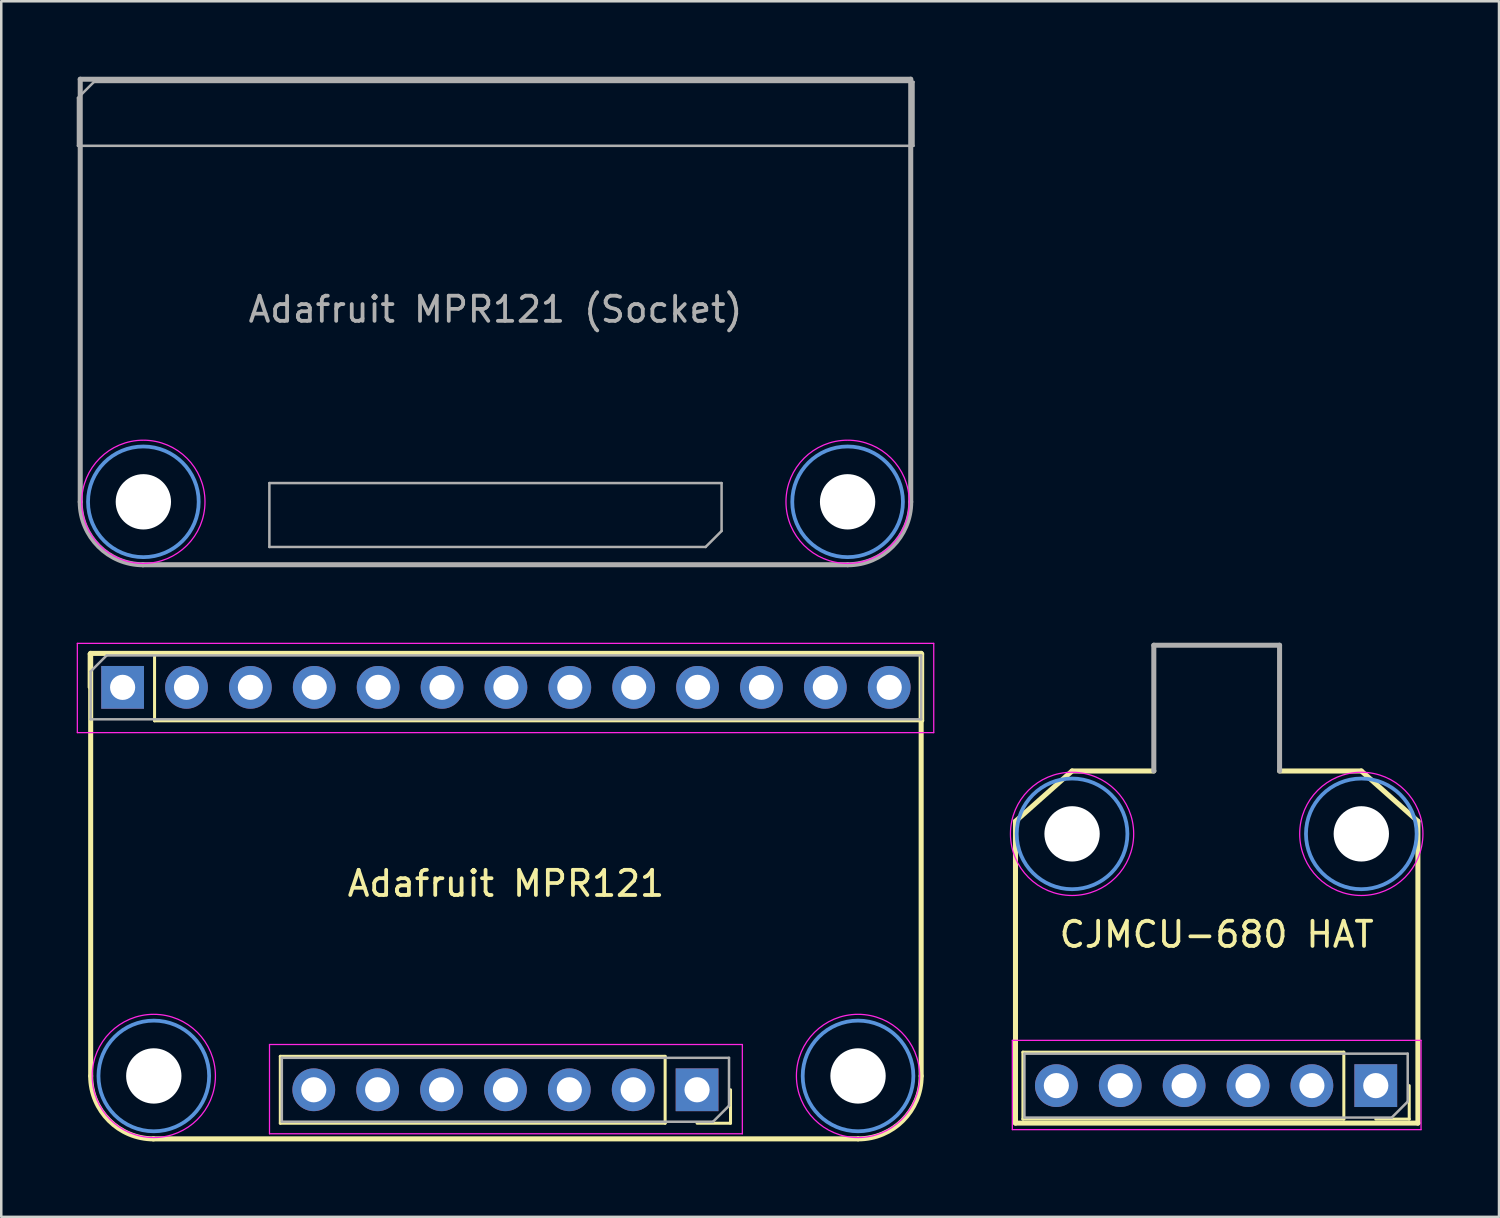
<source format=kicad_pcb>
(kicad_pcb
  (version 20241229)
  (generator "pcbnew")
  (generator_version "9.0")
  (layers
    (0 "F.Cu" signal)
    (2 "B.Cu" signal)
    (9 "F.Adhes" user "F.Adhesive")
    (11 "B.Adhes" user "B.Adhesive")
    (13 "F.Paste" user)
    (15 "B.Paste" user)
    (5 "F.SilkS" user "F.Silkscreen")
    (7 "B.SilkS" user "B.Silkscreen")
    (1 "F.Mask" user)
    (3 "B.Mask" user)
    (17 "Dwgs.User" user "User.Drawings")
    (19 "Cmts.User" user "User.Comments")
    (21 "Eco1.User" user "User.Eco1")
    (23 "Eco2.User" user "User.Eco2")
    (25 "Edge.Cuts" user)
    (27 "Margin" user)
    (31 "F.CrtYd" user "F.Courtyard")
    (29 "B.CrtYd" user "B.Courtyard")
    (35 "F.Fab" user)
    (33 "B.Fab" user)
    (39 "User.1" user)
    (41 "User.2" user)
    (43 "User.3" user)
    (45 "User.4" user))
  (footprint "Adafruit MPR121 (Socket)"
    (layer "F.Cu")
    (at 16.65 9.752)
    (property "Reference" "Adafruit MPR121 (Socket)" (at 0 -0.5 0) (unlocked yes) (layer "F.Fab") (effects (font (size 1 1) (thickness 0.15))))
    (attr smd)
    (fp_circle (center -14 7.15) (end -11.8 7.15) (stroke (width 0.15) (type solid)) (fill no) (layer "Cmts.User"))
    (fp_circle (center 14 7.15) (end 16.2 7.15) (stroke (width 0.15) (type solid)) (fill no) (layer "Cmts.User"))
    (fp_circle (center -14 7.15) (end -11.55 7.15) (stroke (width 0.05) (type solid)) (fill no) (layer "F.CrtYd"))
    (fp_circle (center 14 7.15) (end 16.45 7.15) (stroke (width 0.05) (type solid)) (fill no) (layer "F.CrtYd"))
    (fp_line (start -16.6 -8.91) (end -15.965 -9.545) (stroke (width 0.1) (type solid)) (layer "F.Fab"))
    (fp_line (start -16.6 -7.005) (end -16.6 -8.91) (stroke (width 0.1) (type solid)) (layer "F.Fab"))
    (fp_line (start -16.51 7.152) (end -16.51 -9.652) (stroke (width 0.2) (type solid)) (layer "F.Fab"))
    (fp_line (start -15.965 -9.545) (end 16.62 -9.545) (stroke (width 0.1) (type solid)) (layer "F.Fab"))
    (fp_line (start -8.99 6.405) (end 8.99 6.405) (stroke (width 0.1) (type solid)) (layer "F.Fab"))
    (fp_line (start -8.99 8.945) (end -8.99 6.405) (stroke (width 0.1) (type solid)) (layer "F.Fab"))
    (fp_line (start 8.355 8.945) (end -8.99 8.945) (stroke (width 0.1) (type solid)) (layer "F.Fab"))
    (fp_line (start 8.99 6.405) (end 8.99 8.31) (stroke (width 0.1) (type solid)) (layer "F.Fab"))
    (fp_line (start 8.99 8.31) (end 8.355 8.945) (stroke (width 0.1) (type solid)) (layer "F.Fab"))
    (fp_line (start 13.995 9.652) (end -14.025 9.652) (stroke (width 0.2) (type solid)) (layer "F.Fab"))
    (fp_line (start 16.51 -9.652) (end -16.51 -9.652) (stroke (width 0.2) (type solid)) (layer "F.Fab"))
    (fp_line (start 16.51 7.152) (end 16.51 -9.652) (stroke (width 0.2) (type solid)) (layer "F.Fab"))
    (fp_line (start 16.62 -9.545) (end 16.62 -7.005) (stroke (width 0.1) (type solid)) (layer "F.Fab"))
    (fp_line (start 16.62 -7.005) (end -16.6 -7.005) (stroke (width 0.1) (type solid)) (layer "F.Fab"))
    (fp_arc (start -14.01 9.652) (mid -15.777767 8.919767) (end -16.51 7.152) (stroke (width 0.2) (type solid)) (layer "F.Fab"))
    (fp_arc (start 16.51 7.152) (mid 15.777767 8.919767) (end 14.01 9.652) (stroke (width 0.2) (type solid)) (layer "F.Fab"))
    (pad "" np_thru_hole circle (at -14 7.15 180) (size 2.2 2.2) (drill 2.2) (layers "*.Cu" "*.Mask"))
    (pad "" np_thru_hole circle (at 14 7.15 180) (size 2.2 2.2) (drill 2.2) (layers "*.Cu" "*.Mask")))
  (footprint "Adafruit MPR121"
    (layer "F.Cu")
    (at 17.065 32.579)
    (property "Reference" "Adafruit MPR121" (at 0 -0.5 0) (unlocked yes) (layer "F.SilkS") (effects (font (size 1 1) (thickness 0.15))))
    (attr through_hole)
    (fp_line (start -16.57 -9.63) (end -15.24 -9.63) (stroke (width 0.12) (type solid)) (layer "F.SilkS"))
    (fp_line (start -16.57 -8.3) (end -16.57 -9.63) (stroke (width 0.12) (type solid)) (layer "F.SilkS"))
    (fp_line (start -16.51 7.152) (end -16.51 -9.652) (stroke (width 0.2) (type solid)) (layer "F.SilkS"))
    (fp_line (start -13.97 -9.63) (end 16.57 -9.63) (stroke (width 0.12) (type solid)) (layer "F.SilkS"))
    (fp_line (start -13.97 -6.97) (end -13.97 -9.63) (stroke (width 0.12) (type solid)) (layer "F.SilkS"))
    (fp_line (start -13.97 -6.97) (end 16.57 -6.97) (stroke (width 0.12) (type solid)) (layer "F.SilkS"))
    (fp_line (start -8.97 6.37) (end -8.97 9.03) (stroke (width 0.12) (type solid)) (layer "F.SilkS"))
    (fp_line (start 6.33 6.37) (end -8.97 6.37) (stroke (width 0.12) (type solid)) (layer "F.SilkS"))
    (fp_line (start 6.33 6.37) (end 6.33 9.03) (stroke (width 0.12) (type solid)) (layer "F.SilkS"))
    (fp_line (start 6.33 9.03) (end -8.97 9.03) (stroke (width 0.12) (type solid)) (layer "F.SilkS"))
    (fp_line (start 8.93 7.7) (end 8.93 9.03) (stroke (width 0.12) (type solid)) (layer "F.SilkS"))
    (fp_line (start 8.93 9.03) (end 7.6 9.03) (stroke (width 0.12) (type solid)) (layer "F.SilkS"))
    (fp_line (start 13.995 9.652) (end -14.025 9.652) (stroke (width 0.2) (type solid)) (layer "F.SilkS"))
    (fp_line (start 16.51 -9.652) (end -16.51 -9.652) (stroke (width 0.2) (type solid)) (layer "F.SilkS"))
    (fp_line (start 16.51 7.152) (end 16.51 -9.652) (stroke (width 0.2) (type solid)) (layer "F.SilkS"))
    (fp_line (start 16.57 -6.97) (end 16.57 -9.63) (stroke (width 0.12) (type solid)) (layer "F.SilkS"))
    (fp_arc (start -14.01 9.652) (mid -15.777767 8.919767) (end -16.51 7.152) (stroke (width 0.2) (type solid)) (layer "F.SilkS"))
    (fp_arc (start 16.51 7.152) (mid 15.777767 8.919767) (end 14.01 9.652) (stroke (width 0.2) (type solid)) (layer "F.SilkS"))
    (fp_circle (center -14 7.15) (end -11.8 7.15) (stroke (width 0.15) (type solid)) (fill no) (layer "Cmts.User"))
    (fp_circle (center 14 7.15) (end 16.2 7.15) (stroke (width 0.15) (type solid)) (fill no) (layer "Cmts.User"))
    (fp_line (start -17.04 -10.05) (end 17.01 -10.05) (stroke (width 0.05) (type solid)) (layer "F.CrtYd"))
    (fp_line (start -17.04 -6.5) (end -17.04 -10.05) (stroke (width 0.05) (type solid)) (layer "F.CrtYd"))
    (fp_line (start -9.4 5.9) (end 9.4 5.9) (stroke (width 0.05) (type solid)) (layer "F.CrtYd"))
    (fp_line (start -9.4 9.45) (end -9.4 5.9) (stroke (width 0.05) (type solid)) (layer "F.CrtYd"))
    (fp_line (start 9.4 5.9) (end 9.4 9.45) (stroke (width 0.05) (type solid)) (layer "F.CrtYd"))
    (fp_line (start 9.4 9.45) (end -9.4 9.45) (stroke (width 0.05) (type solid)) (layer "F.CrtYd"))
    (fp_line (start 17.01 -10.05) (end 17.01 -6.5) (stroke (width 0.05) (type solid)) (layer "F.CrtYd"))
    (fp_line (start 17.01 -6.5) (end -17.04 -6.5) (stroke (width 0.05) (type solid)) (layer "F.CrtYd"))
    (fp_circle (center -14 7.15) (end -11.55 7.15) (stroke (width 0.05) (type solid)) (fill no) (layer "F.CrtYd"))
    (fp_circle (center 14 7.15) (end 16.45 7.15) (stroke (width 0.05) (type solid)) (fill no) (layer "F.CrtYd"))
    (fp_line (start -16.51 -8.935) (end -15.875 -9.57) (stroke (width 0.1) (type solid)) (layer "F.Fab"))
    (fp_line (start -16.51 -7.03) (end -16.51 -8.935) (stroke (width 0.1) (type solid)) (layer "F.Fab"))
    (fp_line (start -15.875 -9.57) (end 16.51 -9.57) (stroke (width 0.1) (type solid)) (layer "F.Fab"))
    (fp_line (start -8.91 6.43) (end 8.87 6.43) (stroke (width 0.1) (type solid)) (layer "F.Fab"))
    (fp_line (start -8.91 8.97) (end -8.91 6.43) (stroke (width 0.1) (type solid)) (layer "F.Fab"))
    (fp_line (start 8.235 8.97) (end -8.91 8.97) (stroke (width 0.1) (type solid)) (layer "F.Fab"))
    (fp_line (start 8.87 6.43) (end 8.87 8.335) (stroke (width 0.1) (type solid)) (layer "F.Fab"))
    (fp_line (start 8.87 8.335) (end 8.235 8.97) (stroke (width 0.1) (type solid)) (layer "F.Fab"))
    (fp_line (start 16.51 -9.57) (end 16.51 -7.03) (stroke (width 0.1) (type solid)) (layer "F.Fab"))
    (fp_line (start 16.51 -7.03) (end -16.51 -7.03) (stroke (width 0.1) (type solid)) (layer "F.Fab"))
    (pad "" np_thru_hole circle (at -14 7.15 180) (size 2.2 2.2) (drill 2.2) (layers "*.Cu" "*.Mask"))
    (pad "" np_thru_hole circle (at 14 7.15 180) (size 2.2 2.2) (drill 2.2) (layers "*.Cu" "*.Mask"))
    (pad "1" thru_hole rect (at 7.6 7.7 270) (size 1.7 1.7) (drill 1) (layers "*.Cu" "*.Mask"))
    (pad "2" thru_hole oval (at 5.06 7.7 270) (size 1.7 1.7) (drill 1) (layers "*.Cu" "*.Mask"))
    (pad "3" thru_hole oval (at 2.52 7.7 270) (size 1.7 1.7) (drill 1) (layers "*.Cu" "*.Mask"))
    (pad "4" thru_hole oval (at -0.02 7.7 270) (size 1.7 1.7) (drill 1) (layers "*.Cu" "*.Mask"))
    (pad "5" thru_hole oval (at -2.56 7.7 270) (size 1.7 1.7) (drill 1) (layers "*.Cu" "*.Mask"))
    (pad "6" thru_hole oval (at -5.1 7.7 270) (size 1.7 1.7) (drill 1) (layers "*.Cu" "*.Mask"))
    (pad "7" thru_hole oval (at -7.64 7.7 270) (size 1.7 1.7) (drill 1) (layers "*.Cu" "*.Mask"))
    (pad "8" thru_hole rect (at -15.24 -8.3 90) (size 1.7 1.7) (drill 1) (layers "*.Cu" "*.Mask"))
    (pad "9" thru_hole oval (at -12.7 -8.3 90) (size 1.7 1.7) (drill 1) (layers "*.Cu" "*.Mask"))
    (pad "10" thru_hole oval (at -10.16 -8.3 90) (size 1.7 1.7) (drill 1) (layers "*.Cu" "*.Mask"))
    (pad "11" thru_hole oval (at -7.62 -8.3 90) (size 1.7 1.7) (drill 1) (layers "*.Cu" "*.Mask"))
    (pad "12" thru_hole oval (at -5.08 -8.3 90) (size 1.7 1.7) (drill 1) (layers "*.Cu" "*.Mask"))
    (pad "13" thru_hole oval (at -2.54 -8.3 90) (size 1.7 1.7) (drill 1) (layers "*.Cu" "*.Mask"))
    (pad "14" thru_hole oval (at 0 -8.3 90) (size 1.7 1.7) (drill 1) (layers "*.Cu" "*.Mask"))
    (pad "15" thru_hole oval (at 2.54 -8.3 90) (size 1.7 1.7) (drill 1) (layers "*.Cu" "*.Mask"))
    (pad "16" thru_hole oval (at 5.08 -8.3 90) (size 1.7 1.7) (drill 1) (layers "*.Cu" "*.Mask"))
    (pad "17" thru_hole oval (at 7.62 -8.3 90) (size 1.7 1.7) (drill 1) (layers "*.Cu" "*.Mask"))
    (pad "18" thru_hole oval (at 10.16 -8.3 90) (size 1.7 1.7) (drill 1) (layers "*.Cu" "*.Mask"))
    (pad "19" thru_hole oval (at 12.7 -8.3 90) (size 1.7 1.7) (drill 1) (layers "*.Cu" "*.Mask"))
    (pad "20" thru_hole oval (at 15.24 -8.3 90) (size 1.7 1.7) (drill 1) (layers "*.Cu" "*.Mask")))
  (footprint "CJMCU-680 HAT"
    (layer "F.Cu")
    (at 45.325 34.604)
    (property "Reference" "CJMCU-680 HAT" (at 0 -0.5 0) (unlocked yes) (layer "F.SilkS") (effects (font (size 1 1) (thickness 0.15))))
    (attr through_hole)
    (fp_line (start -8 7) (end -8 -5) (stroke (width 0.2) (type solid)) (layer "F.SilkS"))
    (fp_line (start -8 7) (end 8 7) (stroke (width 0.2) (type solid)) (layer "F.SilkS"))
    (fp_line (start -7.705 4.18) (end -7.705 6.84) (stroke (width 0.12) (type solid)) (layer "F.SilkS"))
    (fp_line (start -5.75 -7) (end -8 -5) (stroke (width 0.2) (type solid)) (layer "F.SilkS"))
    (fp_line (start -2.5 -7) (end -5.75 -7) (stroke (width 0.2) (type solid)) (layer "F.SilkS"))
    (fp_line (start 5.055 4.18) (end -7.705 4.18) (stroke (width 0.12) (type solid)) (layer "F.SilkS"))
    (fp_line (start 5.055 4.18) (end 5.055 6.84) (stroke (width 0.12) (type solid)) (layer "F.SilkS"))
    (fp_line (start 5.055 6.84) (end -7.705 6.84) (stroke (width 0.12) (type solid)) (layer "F.SilkS"))
    (fp_line (start 5.75 -7) (end 2.5 -7) (stroke (width 0.2) (type solid)) (layer "F.SilkS"))
    (fp_line (start 5.75 -7) (end 8 -5) (stroke (width 0.2) (type solid)) (layer "F.SilkS"))
    (fp_line (start 7.655 5.51) (end 7.655 6.84) (stroke (width 0.12) (type solid)) (layer "F.SilkS"))
    (fp_line (start 7.655 6.84) (end 6.325 6.84) (stroke (width 0.12) (type solid)) (layer "F.SilkS"))
    (fp_line (start 8 7) (end 8 -5) (stroke (width 0.2) (type solid)) (layer "F.SilkS"))
    (fp_circle (center -5.75 -4.5) (end -3.55 -4.5) (stroke (width 0.15) (type solid)) (fill no) (layer "Cmts.User"))
    (fp_circle (center 5.75 -4.5) (end 7.95 -4.5) (stroke (width 0.15) (type solid)) (fill no) (layer "Cmts.User"))
    (fp_line (start -8.125 3.71) (end 8.125 3.71) (stroke (width 0.05) (type solid)) (layer "F.CrtYd"))
    (fp_line (start -8.125 7.26) (end -8.125 3.71) (stroke (width 0.05) (type solid)) (layer "F.CrtYd"))
    (fp_line (start 8.125 3.71) (end 8.125 7.26) (stroke (width 0.05) (type solid)) (layer "F.CrtYd"))
    (fp_line (start 8.125 7.26) (end -8.125 7.26) (stroke (width 0.05) (type solid)) (layer "F.CrtYd"))
    (fp_circle (center -5.75 -4.5) (end -3.3 -4.5) (stroke (width 0.05) (type solid)) (fill no) (layer "F.CrtYd"))
    (fp_circle (center 5.75 -4.5) (end 8.2 -4.5) (stroke (width 0.05) (type solid)) (fill no) (layer "F.CrtYd"))
    (fp_line (start -7.645 4.24) (end 7.595 4.24) (stroke (width 0.1) (type solid)) (layer "F.Fab"))
    (fp_line (start -7.645 6.78) (end -7.645 4.24) (stroke (width 0.1) (type solid)) (layer "F.Fab"))
    (fp_line (start -2.5 -12) (end 2.5 -12) (stroke (width 0.2) (type solid)) (layer "F.Fab"))
    (fp_line (start -2.5 -7) (end -2.5 -12) (stroke (width 0.2) (type solid)) (layer "F.Fab"))
    (fp_line (start 2.5 -7) (end 2.5 -12) (stroke (width 0.2) (type solid)) (layer "F.Fab"))
    (fp_line (start 6.96 6.78) (end -7.645 6.78) (stroke (width 0.1) (type solid)) (layer "F.Fab"))
    (fp_line (start 7.595 4.24) (end 7.595 6.145) (stroke (width 0.1) (type solid)) (layer "F.Fab"))
    (fp_line (start 7.595 6.145) (end 6.96 6.78) (stroke (width 0.1) (type solid)) (layer "F.Fab"))
    (pad "" np_thru_hole circle (at -5.75 -4.5) (size 2.2 2.2) (drill 2.2) (layers "*.Cu" "*.Mask"))
    (pad "" np_thru_hole circle (at 5.75 -4.5) (size 2.2 2.2) (drill 2.2) (layers "*.Cu" "*.Mask"))
    (pad "1" thru_hole rect (at 6.325 5.51 270) (size 1.7 1.7) (drill 1) (layers "*.Cu" "*.Mask"))
    (pad "2" thru_hole oval (at 3.785 5.51 270) (size 1.7 1.7) (drill 1) (layers "*.Cu" "*.Mask"))
    (pad "3" thru_hole oval (at 1.245 5.51 270) (size 1.7 1.7) (drill 1) (layers "*.Cu" "*.Mask"))
    (pad "4" thru_hole oval (at -1.295 5.51 270) (size 1.7 1.7) (drill 1) (layers "*.Cu" "*.Mask"))
    (pad "5" thru_hole oval (at -3.835 5.51 270) (size 1.7 1.7) (drill 1) (layers "*.Cu" "*.Mask"))
    (pad "6" thru_hole oval (at -6.375 5.51 270) (size 1.7 1.7) (drill 1) (layers "*.Cu" "*.Mask"))
    (zone (net_name "") (layer "F.Cu") (hatch edge 0.508) (connect_pads) (min_thickness 0.254) (filled_areas_thickness no) (keepout (tracks allowed) (vias allowed) (pads allowed) (copperpour allowed) (footprints not_allowed)) (placement (enabled no)) (fill) (polygon (pts (xy 47.825 27.604) (xy 42.825 27.604) (xy 42.825 22.604) (xy 47.825 22.604)))))
  (gr_rect
    (start -3 -3)
    (end 56.55 45.331)
    (stroke (width 0.1) (type default))
    (fill no)
    (layer "Edge.Cuts")))
</source>
